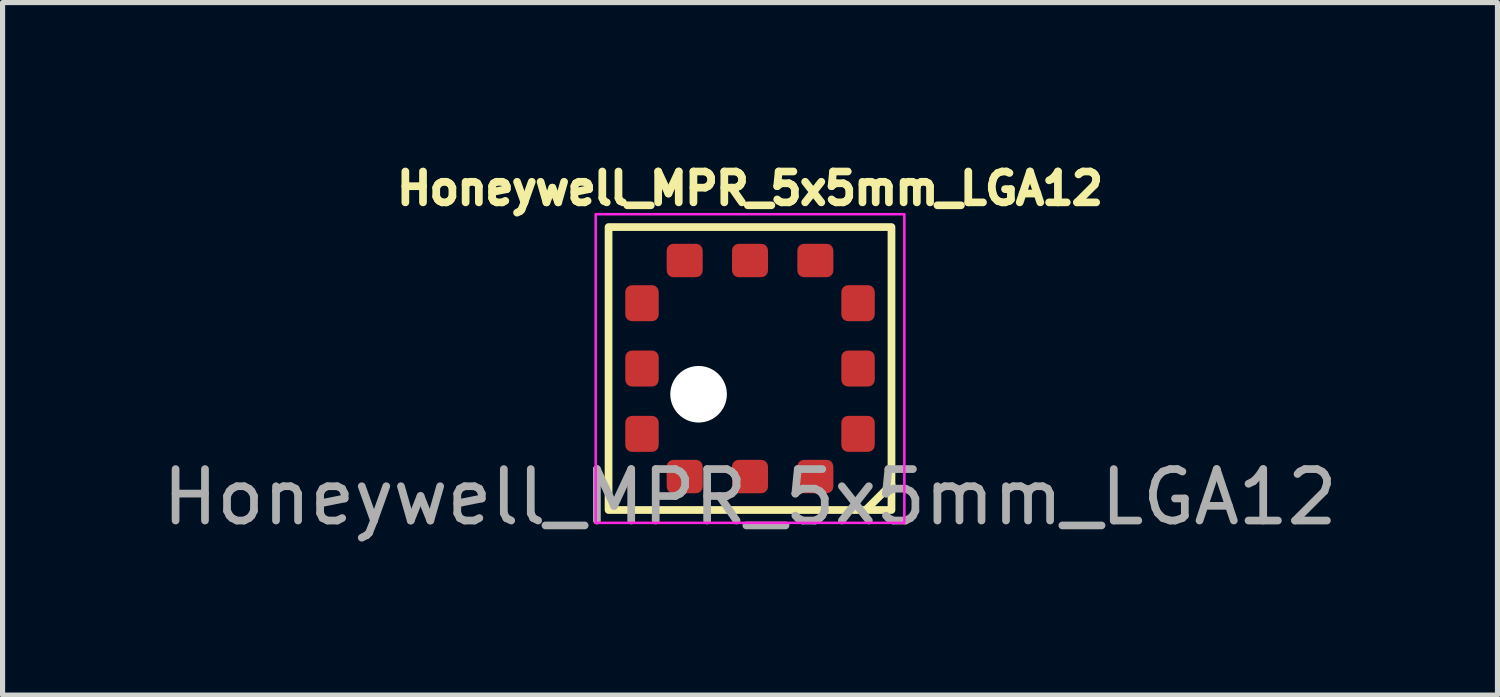
<source format=kicad_pcb>
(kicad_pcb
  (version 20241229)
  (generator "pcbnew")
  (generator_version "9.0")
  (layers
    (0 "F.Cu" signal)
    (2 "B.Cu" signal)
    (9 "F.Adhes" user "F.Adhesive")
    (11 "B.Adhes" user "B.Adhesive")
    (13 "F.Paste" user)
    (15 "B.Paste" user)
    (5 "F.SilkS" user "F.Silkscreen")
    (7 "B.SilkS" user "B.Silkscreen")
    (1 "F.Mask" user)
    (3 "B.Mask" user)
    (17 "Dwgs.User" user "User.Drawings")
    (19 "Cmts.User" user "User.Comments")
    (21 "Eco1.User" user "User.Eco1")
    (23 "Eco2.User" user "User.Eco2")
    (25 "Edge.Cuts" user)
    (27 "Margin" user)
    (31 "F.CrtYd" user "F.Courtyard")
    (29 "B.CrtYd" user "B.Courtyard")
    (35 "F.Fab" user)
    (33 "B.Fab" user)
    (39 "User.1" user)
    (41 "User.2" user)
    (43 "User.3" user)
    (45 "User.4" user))
  (footprint "Honeywell_MPR_5x5mm_LGA12"
    (layer "F.Cu")
    (at 11.53 4.114)
    (property "Reference" "Honeywell_MPR_5x5mm_LGA12" (at 0 -3.5 0) (unlocked yes) (layer "F.SilkS") (effects (font (size 0.6 0.6) (thickness 0.15))))
    (attr smd)
    (fp_line (start 2.75 2.25) (end 2.25 2.75) (stroke (width 0.15) (type solid)) (layer "F.SilkS"))
    (fp_rect (start -2.75 -2.75) (end 2.75 2.75) (stroke (width 0.15) (type solid)) (fill no) (layer "F.SilkS"))
    (fp_rect (start -3 -3) (end 3 3) (stroke (width 0.05) (type solid)) (fill no) (layer "F.CrtYd"))
    (fp_text user "${REFERENCE}" (at 0 2.5 0) (unlocked yes) (layer "F.Fab") (effects (font (size 1 1) (thickness 0.15))))
    (pad "" np_thru_hole circle (at -1 0.5) (size 1.1 1.1) (drill 1.1) (layers "*.Cu" "*.Mask"))
    (pad "1" smd roundrect (at 1.27 2.1) (size 0.7 0.65) (layers "F.Cu" "F.Mask" "F.Paste") (roundrect_rratio 0.2))
    (pad "2" smd roundrect (at 0 2.1) (size 0.7 0.65) (layers "F.Cu" "F.Mask" "F.Paste") (roundrect_rratio 0.2))
    (pad "3" smd roundrect (at -1.27 2.1) (size 0.7 0.65) (layers "F.Cu" "F.Mask" "F.Paste") (roundrect_rratio 0.2))
    (pad "4" smd roundrect (at -2.1 1.27) (size 0.65 0.7) (layers "F.Cu" "F.Mask" "F.Paste") (roundrect_rratio 0.2))
    (pad "5" smd roundrect (at -2.1 0) (size 0.65 0.7) (layers "F.Cu" "F.Mask" "F.Paste") (roundrect_rratio 0.2))
    (pad "6" smd roundrect (at -2.1 -1.27) (size 0.65 0.7) (layers "F.Cu" "F.Mask" "F.Paste") (roundrect_rratio 0.2))
    (pad "7" smd roundrect (at -1.27 -2.1) (size 0.7 0.65) (layers "F.Cu" "F.Mask" "F.Paste") (roundrect_rratio 0.2))
    (pad "8" smd roundrect (at 0 -2.1) (size 0.7 0.65) (layers "F.Cu" "F.Mask" "F.Paste") (roundrect_rratio 0.2))
    (pad "9" smd roundrect (at 1.27 -2.1) (size 0.7 0.65) (layers "F.Cu" "F.Mask" "F.Paste") (roundrect_rratio 0.2))
    (pad "10" smd roundrect (at 2.1 -1.27) (size 0.65 0.7) (layers "F.Cu" "F.Mask" "F.Paste") (roundrect_rratio 0.2))
    (pad "11" smd roundrect (at 2.1 0) (size 0.65 0.7) (layers "F.Cu" "F.Mask" "F.Paste") (roundrect_rratio 0.2))
    (pad "12" smd roundrect (at 2.1 1.27) (size 0.65 0.7) (layers "F.Cu" "F.Mask" "F.Paste") (roundrect_rratio 0.2)))
  (gr_rect
    (start -3 -3)
    (end 26.06 10.463)
    (stroke (width 0.1) (type default))
    (fill no)
    (layer "Edge.Cuts")))
</source>
